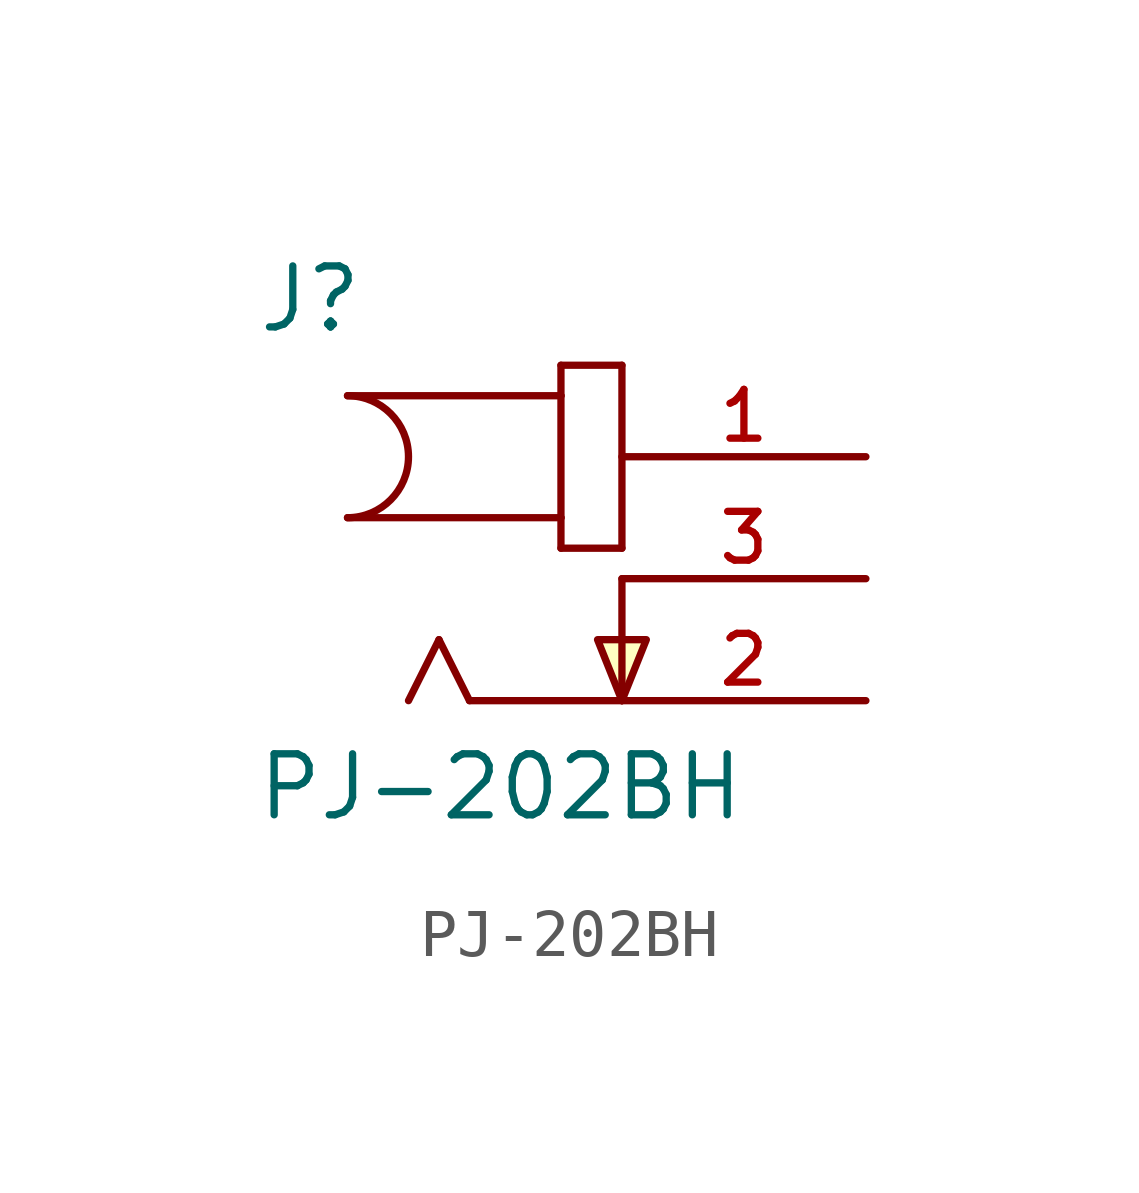
<source format=kicad_sym>
(kicad_symbol_lib
  (version 20220914)
  (generator kicad_symbol_editor)
  (symbol "PJ-202BH"
    (pin_names
      (offset 1.016) hide)
    (property "Reference" "J"
      (at -7.62 5.08 0)
      (effects (font (size 1.27 1.27)) (justify left bottom)))
    (property "Value" "PJ-202BH"
      (at -7.645 -5.08 0)
      (effects (font (size 1.27 1.27)) (justify left bottom)))
    (property "ki_locked" ""
      (at 0 0 0)
      (effects (font (size 1.27 1.27))))
    (symbol "PJ-202BH_0_0"
      (arc (start -5.715 1.27) (mid -4.4505 2.54) (end -5.715 3.81) (stroke (width 0.1524) (type solid)) (fill (type none)))
      (polyline (pts (xy -5.715 3.81) (xy -1.27 3.81)) (stroke (width 0.152) (type solid)) (fill (type none)))
      (polyline (pts (xy -3.81 -1.27) (xy -4.445 -2.54)) (stroke (width 0.152) (type solid)) (fill (type none)))
      (polyline (pts (xy -3.175 -2.54) (xy -3.81 -1.27)) (stroke (width 0.152) (type solid)) (fill (type none)))
      (polyline (pts (xy -1.27 0.635) (xy 0 0.635)) (stroke (width 0.152) (type solid)) (fill (type none)))
      (polyline (pts (xy -1.27 1.27) (xy -5.715 1.27)) (stroke (width 0.152) (type solid)) (fill (type none)))
      (polyline (pts (xy -1.27 1.27) (xy -1.27 0.635)) (stroke (width 0.152) (type solid)) (fill (type none)))
      (polyline (pts (xy -1.27 3.81) (xy -1.27 1.27)) (stroke (width 0.152) (type solid)) (fill (type none)))
      (polyline (pts (xy -1.27 4.445) (xy -1.27 3.81)) (stroke (width 0.152) (type solid)) (fill (type none)))
      (polyline (pts (xy 0 -2.54) (xy -3.175 -2.54)) (stroke (width 0.152) (type solid)) (fill (type none)))
      (polyline (pts (xy 0 0) (xy 0 -2.54)) (stroke (width 0.152) (type solid)) (fill (type none)))
      (polyline (pts (xy 0 0.635) (xy 0 4.445)) (stroke (width 0.152) (type solid)) (fill (type none)))
      (polyline (pts (xy 0 4.445) (xy -1.27 4.445)) (stroke (width 0.152) (type solid)) (fill (type none)))
      (polyline (pts (xy 0 -2.54) (xy -0.508 -1.27) (xy 0.508 -1.27) (xy 0 -2.54)) (stroke (width 0.152) (type solid)) (fill (type background)))
      (pin passive line (at 5.08 2.54 180) (length 5.08) (name "~" (effects (font (size 1.016 1.016)))) (number "1" (effects (font (size 1.016 1.016)))))
      (pin passive line (at 5.08 -2.54 180) (length 5.08) (name "~" (effects (font (size 1.016 1.016)))) (number "2" (effects (font (size 1.016 1.016)))))
      (pin passive line (at 5.08 0 180) (length 5.08) (name "~" (effects (font (size 1.016 1.016)))) (number "3" (effects (font (size 1.016 1.016))))))))
</source>
